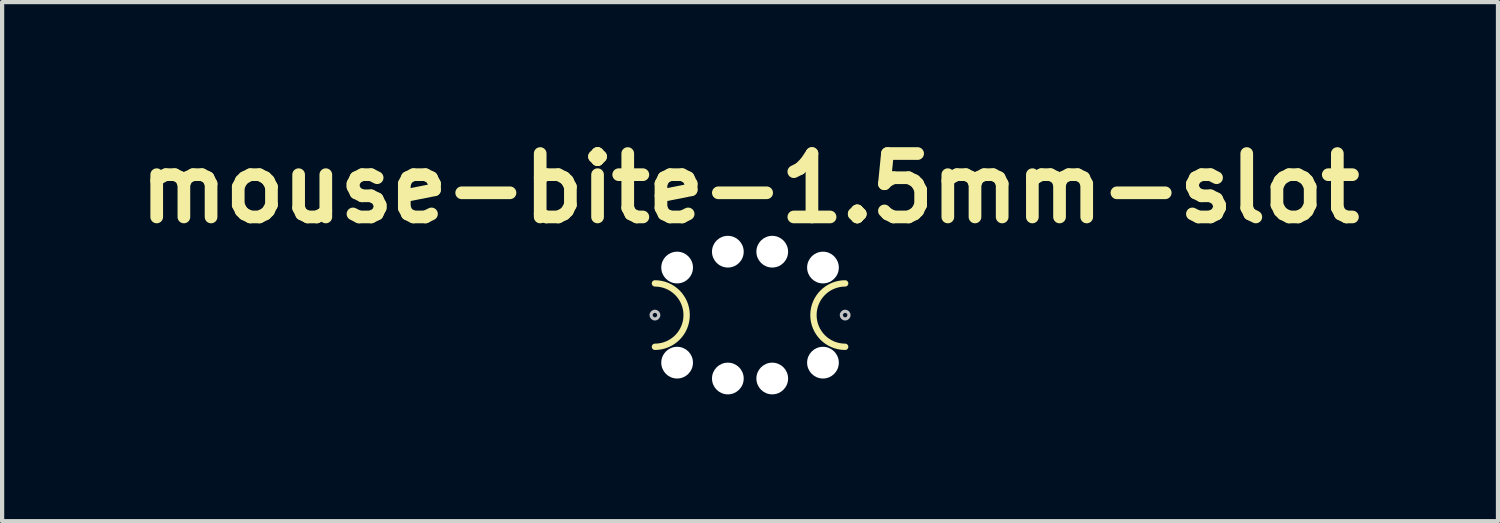
<source format=kicad_pcb>
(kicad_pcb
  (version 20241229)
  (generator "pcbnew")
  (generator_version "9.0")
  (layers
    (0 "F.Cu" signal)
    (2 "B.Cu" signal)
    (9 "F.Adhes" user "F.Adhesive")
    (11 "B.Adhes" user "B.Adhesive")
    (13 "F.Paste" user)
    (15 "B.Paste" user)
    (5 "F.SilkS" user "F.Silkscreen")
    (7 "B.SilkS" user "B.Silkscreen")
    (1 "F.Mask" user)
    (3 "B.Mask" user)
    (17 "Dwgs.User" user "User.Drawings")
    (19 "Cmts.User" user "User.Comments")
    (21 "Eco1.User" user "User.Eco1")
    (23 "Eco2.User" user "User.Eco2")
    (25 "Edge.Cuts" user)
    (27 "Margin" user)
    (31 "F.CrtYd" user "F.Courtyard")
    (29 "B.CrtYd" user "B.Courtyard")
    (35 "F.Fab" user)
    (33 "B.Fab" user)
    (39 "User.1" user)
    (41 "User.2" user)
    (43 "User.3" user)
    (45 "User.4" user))
  (footprint "mouse-bite-1.5mm-slot"
    (layer "F.Cu")
    (at 14.693 4.404)
    (property "Reference" "mouse-bite-1.5mm-slot" (at 0 -3 0) (layer "F.SilkS") (effects (font (size 1.5 1.5) (thickness 0.3))))
    (attr through_hole)
    (fp_arc (start -2.25 -0.75) (mid -1.5 0) (end -2.25 0.75) (stroke (width 0.15) (type solid)) (layer "F.SilkS"))
    (fp_arc (start 2.25 0.75) (mid 1.5 0) (end 2.25 -0.75) (stroke (width 0.15) (type solid)) (layer "F.SilkS"))
    (fp_circle (center -2.25 0) (end -2.16 0) (stroke (width 0.075) (type solid)) (fill no) (layer "Dwgs.User"))
    (fp_circle (center 2.25 0) (end 2.34 0) (stroke (width 0.075) (type solid)) (fill no) (layer "Dwgs.User"))
    (fp_line (start -2.25 0) (end -2.25 0) (stroke (width 1.5) (type solid)) (layer "Eco1.User"))
    (fp_line (start 2.25 0) (end 2.25 0) (stroke (width 1.5) (type solid)) (layer "Eco1.User"))
    (pad "" np_thru_hole circle (at -1.725 -1.125) (size 0.75 0.75) (drill 0.75) (layers "*.Cu" "*.Mask"))
    (pad "" np_thru_hole circle (at -1.725 1.125) (size 0.75 0.75) (drill 0.75) (layers "*.Cu" "*.Mask"))
    (pad "" np_thru_hole circle (at -0.525 -1.5) (size 0.75 0.75) (drill 0.75) (layers "*.Cu" "*.Mask"))
    (pad "" np_thru_hole circle (at -0.525 1.5) (size 0.75 0.75) (drill 0.75) (layers "*.Cu" "*.Mask"))
    (pad "" np_thru_hole circle (at 0.525 -1.5) (size 0.75 0.75) (drill 0.75) (layers "*.Cu" "*.Mask"))
    (pad "" np_thru_hole circle (at 0.525 1.5) (size 0.75 0.75) (drill 0.75) (layers "*.Cu" "*.Mask"))
    (pad "" np_thru_hole circle (at 1.725 -1.125) (size 0.75 0.75) (drill 0.75) (layers "*.Cu" "*.Mask"))
    (pad "" np_thru_hole circle (at 1.725 1.125) (size 0.75 0.75) (drill 0.75) (layers "*.Cu" "*.Mask")))
  (gr_rect
    (start -3 -3)
    (end 32.386 9.279)
    (stroke (width 0.1) (type default))
    (fill no)
    (layer "Edge.Cuts")))
</source>
